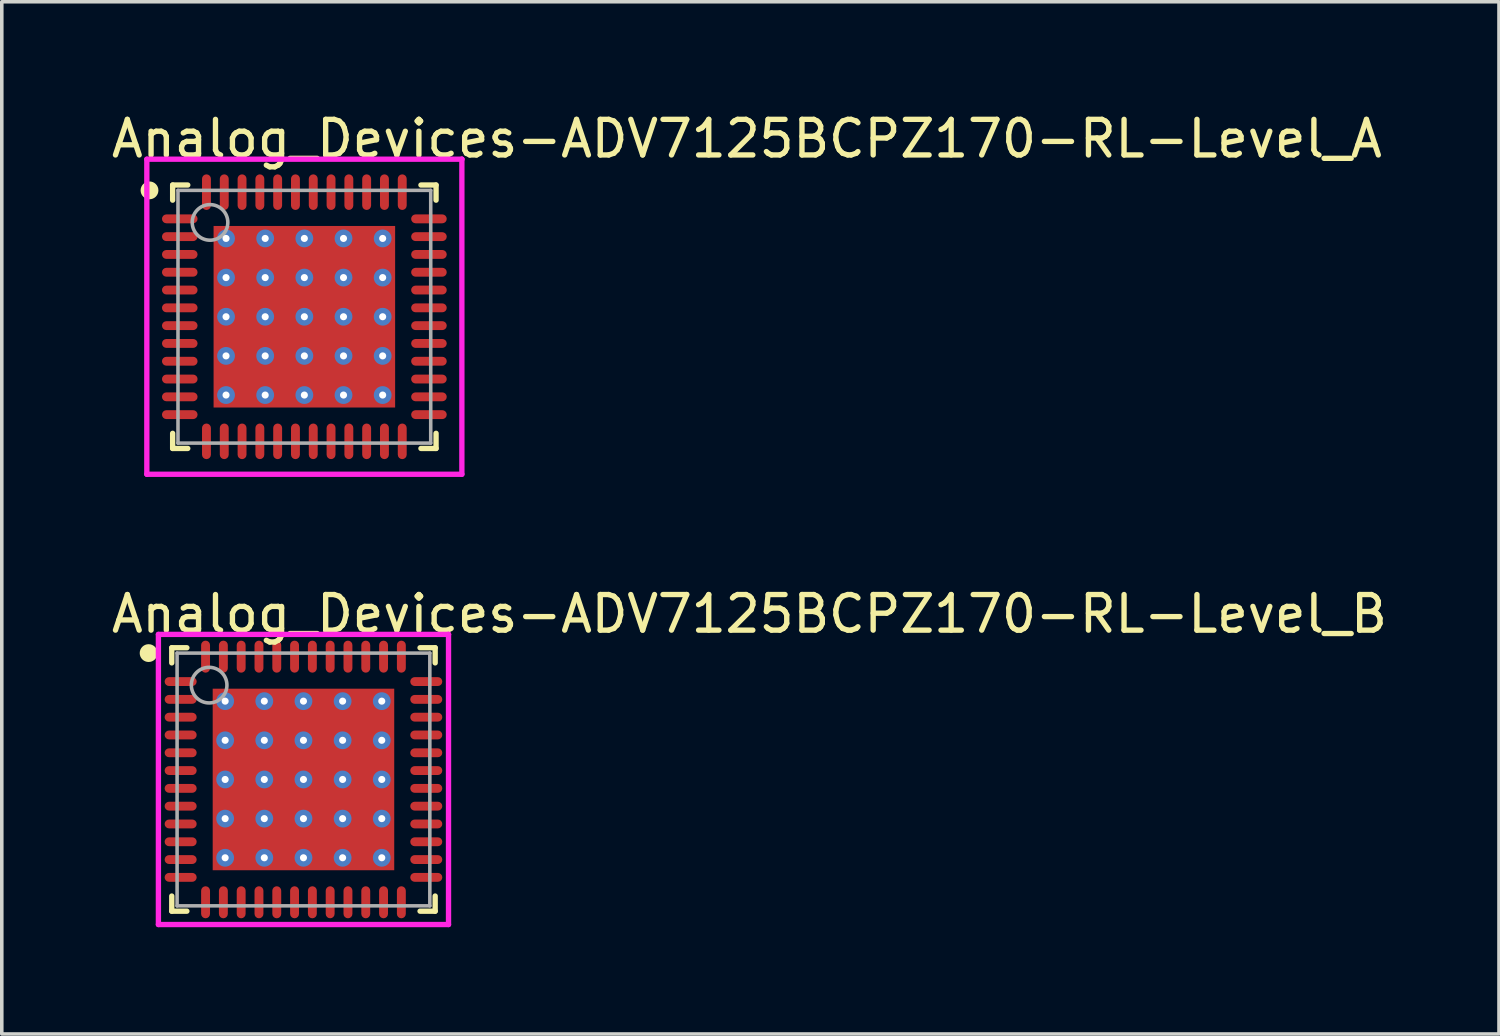
<source format=kicad_pcb>
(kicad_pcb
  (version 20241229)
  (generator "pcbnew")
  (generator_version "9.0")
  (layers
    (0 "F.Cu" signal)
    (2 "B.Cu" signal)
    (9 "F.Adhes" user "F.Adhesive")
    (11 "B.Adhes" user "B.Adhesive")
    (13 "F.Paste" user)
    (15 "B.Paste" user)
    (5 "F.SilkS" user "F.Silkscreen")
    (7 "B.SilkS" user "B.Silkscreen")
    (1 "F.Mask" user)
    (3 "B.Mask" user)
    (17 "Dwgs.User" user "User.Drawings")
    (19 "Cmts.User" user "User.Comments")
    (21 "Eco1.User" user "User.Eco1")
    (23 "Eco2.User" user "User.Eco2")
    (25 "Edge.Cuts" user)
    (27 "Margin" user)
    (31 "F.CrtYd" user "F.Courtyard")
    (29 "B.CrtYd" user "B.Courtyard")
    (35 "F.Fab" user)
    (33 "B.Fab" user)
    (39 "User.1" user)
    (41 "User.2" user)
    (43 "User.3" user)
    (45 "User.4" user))
  (footprint "Analog_Devices-ADV7125BCPZ170-RL-Level_A"
    (layer "F.Cu")
    (at 5.5 5.848)
    (property "Reference" "Analog_Devices-ADV7125BCPZ170-RL-Level_A" (at -5.5 -5 0) (layer "F.SilkS") (effects (font (size 1 1) (thickness 0.15)) (justify left)))
    (attr through_hole)
    (fp_line (start -3.7 -3.7) (end -3.275 -3.7) (stroke (width 0.15) (type solid)) (layer "F.SilkS"))
    (fp_line (start -3.7 -3.275) (end -3.7 -3.7) (stroke (width 0.15) (type solid)) (layer "F.SilkS"))
    (fp_line (start -3.7 3.7) (end -3.7 3.275) (stroke (width 0.15) (type solid)) (layer "F.SilkS"))
    (fp_line (start -3.7 3.7) (end -3.275 3.7) (stroke (width 0.15) (type solid)) (layer "F.SilkS"))
    (fp_line (start 3.275 -3.7) (end 3.7 -3.7) (stroke (width 0.15) (type solid)) (layer "F.SilkS"))
    (fp_line (start 3.275 3.7) (end 3.7 3.7) (stroke (width 0.15) (type solid)) (layer "F.SilkS"))
    (fp_line (start 3.7 -3.275) (end 3.7 -3.7) (stroke (width 0.15) (type solid)) (layer "F.SilkS"))
    (fp_line (start 3.7 3.7) (end 3.7 3.275) (stroke (width 0.15) (type solid)) (layer "F.SilkS"))
    (fp_circle (center -4.35 -3.55) (end -4.225 -3.55) (stroke (width 0.25) (type solid)) (fill no) (layer "F.SilkS"))
    (fp_line (start -4.425 -4.425) (end -4.425 4.425) (stroke (width 0.15) (type solid)) (layer "F.CrtYd"))
    (fp_line (start -4.425 4.425) (end 4.425 4.425) (stroke (width 0.15) (type solid)) (layer "F.CrtYd"))
    (fp_line (start 4.425 -4.425) (end -4.425 -4.425) (stroke (width 0.15) (type solid)) (layer "F.CrtYd"))
    (fp_line (start 4.425 -4.425) (end 4.425 -4.425) (stroke (width 0.15) (type solid)) (layer "F.CrtYd"))
    (fp_line (start 4.425 4.425) (end 4.425 -4.425) (stroke (width 0.15) (type solid)) (layer "F.CrtYd"))
    (fp_line (start -3.55 -3.55) (end 3.55 -3.55) (stroke (width 0.1) (type solid)) (layer "F.Fab"))
    (fp_line (start -3.55 3.55) (end -3.55 -3.55) (stroke (width 0.1) (type solid)) (layer "F.Fab"))
    (fp_line (start -3.55 3.55) (end 3.55 3.55) (stroke (width 0.1) (type solid)) (layer "F.Fab"))
    (fp_line (start 3.55 3.55) (end 3.55 -3.55) (stroke (width 0.1) (type solid)) (layer "F.Fab"))
    (fp_circle (center -2.65 -2.65) (end -2.15 -2.65) (stroke (width 0.1) (type solid)) (fill no) (layer "F.Fab"))
    (pad "1" smd roundrect (at -3.5 -2.75 270) (size 0.25 1) (layers "F.Cu" "F.Mask" "F.Paste") (roundrect_rratio 0.5))
    (pad "2" smd roundrect (at -3.5 -2.25 270) (size 0.25 1) (layers "F.Cu" "F.Mask" "F.Paste") (roundrect_rratio 0.5))
    (pad "3" smd roundrect (at -3.5 -1.75 270) (size 0.25 1) (layers "F.Cu" "F.Mask" "F.Paste") (roundrect_rratio 0.5))
    (pad "4" smd roundrect (at -3.5 -1.25 270) (size 0.25 1) (layers "F.Cu" "F.Mask" "F.Paste") (roundrect_rratio 0.5))
    (pad "5" smd roundrect (at -3.5 -0.75 270) (size 0.25 1) (layers "F.Cu" "F.Mask" "F.Paste") (roundrect_rratio 0.5))
    (pad "6" smd roundrect (at -3.5 -0.25 270) (size 0.25 1) (layers "F.Cu" "F.Mask" "F.Paste") (roundrect_rratio 0.5))
    (pad "7" smd roundrect (at -3.5 0.25 270) (size 0.25 1) (layers "F.Cu" "F.Mask" "F.Paste") (roundrect_rratio 0.5))
    (pad "8" smd roundrect (at -3.5 0.75 270) (size 0.25 1) (layers "F.Cu" "F.Mask" "F.Paste") (roundrect_rratio 0.5))
    (pad "9" smd roundrect (at -3.5 1.25 270) (size 0.25 1) (layers "F.Cu" "F.Mask" "F.Paste") (roundrect_rratio 0.5))
    (pad "10" smd roundrect (at -3.5 1.75 270) (size 0.25 1) (layers "F.Cu" "F.Mask" "F.Paste") (roundrect_rratio 0.5))
    (pad "11" smd roundrect (at -3.5 2.25 270) (size 0.25 1) (layers "F.Cu" "F.Mask" "F.Paste") (roundrect_rratio 0.5))
    (pad "12" smd roundrect (at -3.5 2.75 270) (size 0.25 1) (layers "F.Cu" "F.Mask" "F.Paste") (roundrect_rratio 0.5))
    (pad "13" smd roundrect (at -2.75 3.5) (size 0.25 1) (layers "F.Cu" "F.Mask" "F.Paste") (roundrect_rratio 0.5))
    (pad "14" smd roundrect (at -2.25 3.5) (size 0.25 1) (layers "F.Cu" "F.Mask" "F.Paste") (roundrect_rratio 0.5))
    (pad "15" smd roundrect (at -1.75 3.5) (size 0.25 1) (layers "F.Cu" "F.Mask" "F.Paste") (roundrect_rratio 0.5))
    (pad "16" smd roundrect (at -1.25 3.5) (size 0.25 1) (layers "F.Cu" "F.Mask" "F.Paste") (roundrect_rratio 0.5))
    (pad "17" smd roundrect (at -0.75 3.5) (size 0.25 1) (layers "F.Cu" "F.Mask" "F.Paste") (roundrect_rratio 0.5))
    (pad "18" smd roundrect (at -0.25 3.5) (size 0.25 1) (layers "F.Cu" "F.Mask" "F.Paste") (roundrect_rratio 0.5))
    (pad "19" smd roundrect (at 0.25 3.5) (size 0.25 1) (layers "F.Cu" "F.Mask" "F.Paste") (roundrect_rratio 0.5))
    (pad "20" smd roundrect (at 0.75 3.5) (size 0.25 1) (layers "F.Cu" "F.Mask" "F.Paste") (roundrect_rratio 0.5))
    (pad "21" smd roundrect (at 1.25 3.5) (size 0.25 1) (layers "F.Cu" "F.Mask" "F.Paste") (roundrect_rratio 0.5))
    (pad "22" smd roundrect (at 1.75 3.5) (size 0.25 1) (layers "F.Cu" "F.Mask" "F.Paste") (roundrect_rratio 0.5))
    (pad "23" smd roundrect (at 2.25 3.5) (size 0.25 1) (layers "F.Cu" "F.Mask" "F.Paste") (roundrect_rratio 0.5))
    (pad "24" smd roundrect (at 2.75 3.5) (size 0.25 1) (layers "F.Cu" "F.Mask" "F.Paste") (roundrect_rratio 0.5))
    (pad "25" smd roundrect (at 3.5 2.75 270) (size 0.25 1) (layers "F.Cu" "F.Mask" "F.Paste") (roundrect_rratio 0.5))
    (pad "26" smd roundrect (at 3.5 2.25 270) (size 0.25 1) (layers "F.Cu" "F.Mask" "F.Paste") (roundrect_rratio 0.5))
    (pad "27" smd roundrect (at 3.5 1.75 270) (size 0.25 1) (layers "F.Cu" "F.Mask" "F.Paste") (roundrect_rratio 0.5))
    (pad "28" smd roundrect (at 3.5 1.25 270) (size 0.25 1) (layers "F.Cu" "F.Mask" "F.Paste") (roundrect_rratio 0.5))
    (pad "29" smd roundrect (at 3.5 0.75 270) (size 0.25 1) (layers "F.Cu" "F.Mask" "F.Paste") (roundrect_rratio 0.5))
    (pad "30" smd roundrect (at 3.5 0.25 270) (size 0.25 1) (layers "F.Cu" "F.Mask" "F.Paste") (roundrect_rratio 0.5))
    (pad "31" smd roundrect (at 3.5 -0.25 270) (size 0.25 1) (layers "F.Cu" "F.Mask" "F.Paste") (roundrect_rratio 0.5))
    (pad "32" smd roundrect (at 3.5 -0.75 270) (size 0.25 1) (layers "F.Cu" "F.Mask" "F.Paste") (roundrect_rratio 0.5))
    (pad "33" smd roundrect (at 3.5 -1.25 270) (size 0.25 1) (layers "F.Cu" "F.Mask" "F.Paste") (roundrect_rratio 0.5))
    (pad "34" smd roundrect (at 3.5 -1.75 270) (size 0.25 1) (layers "F.Cu" "F.Mask" "F.Paste") (roundrect_rratio 0.5))
    (pad "35" smd roundrect (at 3.5 -2.25 270) (size 0.25 1) (layers "F.Cu" "F.Mask" "F.Paste") (roundrect_rratio 0.5))
    (pad "36" smd roundrect (at 3.5 -2.75 270) (size 0.25 1) (layers "F.Cu" "F.Mask" "F.Paste") (roundrect_rratio 0.5))
    (pad "37" smd roundrect (at 2.75 -3.5) (size 0.25 1) (layers "F.Cu" "F.Mask" "F.Paste") (roundrect_rratio 0.5))
    (pad "38" smd roundrect (at 2.25 -3.5) (size 0.25 1) (layers "F.Cu" "F.Mask" "F.Paste") (roundrect_rratio 0.5))
    (pad "39" smd roundrect (at 1.75 -3.5) (size 0.25 1) (layers "F.Cu" "F.Mask" "F.Paste") (roundrect_rratio 0.5))
    (pad "40" smd roundrect (at 1.25 -3.5) (size 0.25 1) (layers "F.Cu" "F.Mask" "F.Paste") (roundrect_rratio 0.5))
    (pad "41" smd roundrect (at 0.75 -3.5) (size 0.25 1) (layers "F.Cu" "F.Mask" "F.Paste") (roundrect_rratio 0.5))
    (pad "42" smd roundrect (at 0.25 -3.5) (size 0.25 1) (layers "F.Cu" "F.Mask" "F.Paste") (roundrect_rratio 0.5))
    (pad "43" smd roundrect (at -0.25 -3.5) (size 0.25 1) (layers "F.Cu" "F.Mask" "F.Paste") (roundrect_rratio 0.5))
    (pad "44" smd roundrect (at -0.75 -3.5) (size 0.25 1) (layers "F.Cu" "F.Mask" "F.Paste") (roundrect_rratio 0.5))
    (pad "45" smd roundrect (at -1.25 -3.5) (size 0.25 1) (layers "F.Cu" "F.Mask" "F.Paste") (roundrect_rratio 0.5))
    (pad "46" smd roundrect (at -1.75 -3.5) (size 0.25 1) (layers "F.Cu" "F.Mask" "F.Paste") (roundrect_rratio 0.5))
    (pad "47" smd roundrect (at -2.25 -3.5) (size 0.25 1) (layers "F.Cu" "F.Mask" "F.Paste") (roundrect_rratio 0.5))
    (pad "48" smd roundrect (at -2.75 -3.5) (size 0.25 1) (layers "F.Cu" "F.Mask" "F.Paste") (roundrect_rratio 0.5))
    (pad "49" smd rect (at 0 0) (size 5.1 5.1) (layers "F.Cu" "F.Mask" "F.Paste"))
    (pad "~" thru_hole circle (at -2.2 -2.2) (size 0.5 0.5) (drill 0.2) (layers "*.Cu"))
    (pad "~" thru_hole circle (at -2.2 -1.1) (size 0.5 0.5) (drill 0.2) (layers "*.Cu"))
    (pad "~" thru_hole circle (at -2.2 0) (size 0.5 0.5) (drill 0.2) (layers "*.Cu"))
    (pad "~" thru_hole circle (at -2.2 1.1) (size 0.5 0.5) (drill 0.2) (layers "*.Cu"))
    (pad "~" thru_hole circle (at -2.2 2.2) (size 0.5 0.5) (drill 0.2) (layers "*.Cu"))
    (pad "~" thru_hole circle (at -1.1 -2.2) (size 0.5 0.5) (drill 0.2) (layers "*.Cu"))
    (pad "~" thru_hole circle (at -1.1 -1.1) (size 0.5 0.5) (drill 0.2) (layers "*.Cu"))
    (pad "~" thru_hole circle (at -1.1 0) (size 0.5 0.5) (drill 0.2) (layers "*.Cu"))
    (pad "~" thru_hole circle (at -1.1 1.1) (size 0.5 0.5) (drill 0.2) (layers "*.Cu"))
    (pad "~" thru_hole circle (at -1.1 2.2) (size 0.5 0.5) (drill 0.2) (layers "*.Cu"))
    (pad "~" thru_hole circle (at 0 -2.2) (size 0.5 0.5) (drill 0.2) (layers "*.Cu"))
    (pad "~" thru_hole circle (at 0 -1.1) (size 0.5 0.5) (drill 0.2) (layers "*.Cu"))
    (pad "~" thru_hole circle (at 0 0) (size 0.5 0.5) (drill 0.2) (layers "*.Cu"))
    (pad "~" thru_hole circle (at 0 1.1) (size 0.5 0.5) (drill 0.2) (layers "*.Cu"))
    (pad "~" thru_hole circle (at 0 2.2) (size 0.5 0.5) (drill 0.2) (layers "*.Cu"))
    (pad "~" thru_hole circle (at 1.1 -2.2) (size 0.5 0.5) (drill 0.2) (layers "*.Cu"))
    (pad "~" thru_hole circle (at 1.1 -1.1) (size 0.5 0.5) (drill 0.2) (layers "*.Cu"))
    (pad "~" thru_hole circle (at 1.1 0) (size 0.5 0.5) (drill 0.2) (layers "*.Cu"))
    (pad "~" thru_hole circle (at 1.1 1.1) (size 0.5 0.5) (drill 0.2) (layers "*.Cu"))
    (pad "~" thru_hole circle (at 1.1 2.2) (size 0.5 0.5) (drill 0.2) (layers "*.Cu"))
    (pad "~" thru_hole circle (at 2.2 -2.2) (size 0.5 0.5) (drill 0.2) (layers "*.Cu"))
    (pad "~" thru_hole circle (at 2.2 -1.1) (size 0.5 0.5) (drill 0.2) (layers "*.Cu"))
    (pad "~" thru_hole circle (at 2.2 0) (size 0.5 0.5) (drill 0.2) (layers "*.Cu"))
    (pad "~" thru_hole circle (at 2.2 1.1) (size 0.5 0.5) (drill 0.2) (layers "*.Cu"))
    (pad "~" thru_hole circle (at 2.2 2.2) (size 0.5 0.5) (drill 0.2) (layers "*.Cu")))
  (footprint "Analog_Devices-ADV7125BCPZ170-RL-Level_B"
    (layer "F.Cu")
    (at 5.475 18.847)
    (property "Reference" "Analog_Devices-ADV7125BCPZ170-RL-Level_B" (at -5.475 -4.65 0) (layer "F.SilkS") (effects (font (size 1 1) (thickness 0.15)) (justify left)))
    (attr through_hole)
    (fp_line (start -3.7 -3.7) (end -3.275 -3.7) (stroke (width 0.15) (type solid)) (layer "F.SilkS"))
    (fp_line (start -3.7 -3.275) (end -3.7 -3.7) (stroke (width 0.15) (type solid)) (layer "F.SilkS"))
    (fp_line (start -3.7 3.7) (end -3.7 3.275) (stroke (width 0.15) (type solid)) (layer "F.SilkS"))
    (fp_line (start -3.7 3.7) (end -3.275 3.7) (stroke (width 0.15) (type solid)) (layer "F.SilkS"))
    (fp_line (start 3.275 -3.7) (end 3.7 -3.7) (stroke (width 0.15) (type solid)) (layer "F.SilkS"))
    (fp_line (start 3.275 3.7) (end 3.7 3.7) (stroke (width 0.15) (type solid)) (layer "F.SilkS"))
    (fp_line (start 3.7 -3.275) (end 3.7 -3.7) (stroke (width 0.15) (type solid)) (layer "F.SilkS"))
    (fp_line (start 3.7 3.7) (end 3.7 3.275) (stroke (width 0.15) (type solid)) (layer "F.SilkS"))
    (fp_circle (center -4.35 -3.55) (end -4.225 -3.55) (stroke (width 0.25) (type solid)) (fill no) (layer "F.SilkS"))
    (fp_line (start -4.075 -4.075) (end -4.075 4.075) (stroke (width 0.15) (type solid)) (layer "F.CrtYd"))
    (fp_line (start -4.075 4.075) (end 4.075 4.075) (stroke (width 0.15) (type solid)) (layer "F.CrtYd"))
    (fp_line (start 4.075 -4.075) (end -4.075 -4.075) (stroke (width 0.15) (type solid)) (layer "F.CrtYd"))
    (fp_line (start 4.075 -4.075) (end 4.075 -4.075) (stroke (width 0.15) (type solid)) (layer "F.CrtYd"))
    (fp_line (start 4.075 4.075) (end 4.075 -4.075) (stroke (width 0.15) (type solid)) (layer "F.CrtYd"))
    (fp_line (start -3.55 -3.55) (end 3.55 -3.55) (stroke (width 0.1) (type solid)) (layer "F.Fab"))
    (fp_line (start -3.55 3.55) (end -3.55 -3.55) (stroke (width 0.1) (type solid)) (layer "F.Fab"))
    (fp_line (start -3.55 3.55) (end 3.55 3.55) (stroke (width 0.1) (type solid)) (layer "F.Fab"))
    (fp_line (start 3.55 3.55) (end 3.55 -3.55) (stroke (width 0.1) (type solid)) (layer "F.Fab"))
    (fp_circle (center -2.65 -2.65) (end -2.15 -2.65) (stroke (width 0.1) (type solid)) (fill no) (layer "F.Fab"))
    (pad "1" smd roundrect (at -3.45 -2.75 270) (size 0.25 0.9) (layers "F.Cu" "F.Mask" "F.Paste") (roundrect_rratio 0.5))
    (pad "2" smd roundrect (at -3.45 -2.25 270) (size 0.25 0.9) (layers "F.Cu" "F.Mask" "F.Paste") (roundrect_rratio 0.5))
    (pad "3" smd roundrect (at -3.45 -1.75 270) (size 0.25 0.9) (layers "F.Cu" "F.Mask" "F.Paste") (roundrect_rratio 0.5))
    (pad "4" smd roundrect (at -3.45 -1.25 270) (size 0.25 0.9) (layers "F.Cu" "F.Mask" "F.Paste") (roundrect_rratio 0.5))
    (pad "5" smd roundrect (at -3.45 -0.75 270) (size 0.25 0.9) (layers "F.Cu" "F.Mask" "F.Paste") (roundrect_rratio 0.5))
    (pad "6" smd roundrect (at -3.45 -0.25 270) (size 0.25 0.9) (layers "F.Cu" "F.Mask" "F.Paste") (roundrect_rratio 0.5))
    (pad "7" smd roundrect (at -3.45 0.25 270) (size 0.25 0.9) (layers "F.Cu" "F.Mask" "F.Paste") (roundrect_rratio 0.5))
    (pad "8" smd roundrect (at -3.45 0.75 270) (size 0.25 0.9) (layers "F.Cu" "F.Mask" "F.Paste") (roundrect_rratio 0.5))
    (pad "9" smd roundrect (at -3.45 1.25 270) (size 0.25 0.9) (layers "F.Cu" "F.Mask" "F.Paste") (roundrect_rratio 0.5))
    (pad "10" smd roundrect (at -3.45 1.75 270) (size 0.25 0.9) (layers "F.Cu" "F.Mask" "F.Paste") (roundrect_rratio 0.5))
    (pad "11" smd roundrect (at -3.45 2.25 270) (size 0.25 0.9) (layers "F.Cu" "F.Mask" "F.Paste") (roundrect_rratio 0.5))
    (pad "12" smd roundrect (at -3.45 2.75 270) (size 0.25 0.9) (layers "F.Cu" "F.Mask" "F.Paste") (roundrect_rratio 0.5))
    (pad "13" smd roundrect (at -2.75 3.45) (size 0.25 0.9) (layers "F.Cu" "F.Mask" "F.Paste") (roundrect_rratio 0.5))
    (pad "14" smd roundrect (at -2.25 3.45) (size 0.25 0.9) (layers "F.Cu" "F.Mask" "F.Paste") (roundrect_rratio 0.5))
    (pad "15" smd roundrect (at -1.75 3.45) (size 0.25 0.9) (layers "F.Cu" "F.Mask" "F.Paste") (roundrect_rratio 0.5))
    (pad "16" smd roundrect (at -1.25 3.45) (size 0.25 0.9) (layers "F.Cu" "F.Mask" "F.Paste") (roundrect_rratio 0.5))
    (pad "17" smd roundrect (at -0.75 3.45) (size 0.25 0.9) (layers "F.Cu" "F.Mask" "F.Paste") (roundrect_rratio 0.5))
    (pad "18" smd roundrect (at -0.25 3.45) (size 0.25 0.9) (layers "F.Cu" "F.Mask" "F.Paste") (roundrect_rratio 0.5))
    (pad "19" smd roundrect (at 0.25 3.45) (size 0.25 0.9) (layers "F.Cu" "F.Mask" "F.Paste") (roundrect_rratio 0.5))
    (pad "20" smd roundrect (at 0.75 3.45) (size 0.25 0.9) (layers "F.Cu" "F.Mask" "F.Paste") (roundrect_rratio 0.5))
    (pad "21" smd roundrect (at 1.25 3.45) (size 0.25 0.9) (layers "F.Cu" "F.Mask" "F.Paste") (roundrect_rratio 0.5))
    (pad "22" smd roundrect (at 1.75 3.45) (size 0.25 0.9) (layers "F.Cu" "F.Mask" "F.Paste") (roundrect_rratio 0.5))
    (pad "23" smd roundrect (at 2.25 3.45) (size 0.25 0.9) (layers "F.Cu" "F.Mask" "F.Paste") (roundrect_rratio 0.5))
    (pad "24" smd roundrect (at 2.75 3.45) (size 0.25 0.9) (layers "F.Cu" "F.Mask" "F.Paste") (roundrect_rratio 0.5))
    (pad "25" smd roundrect (at 3.45 2.75 270) (size 0.25 0.9) (layers "F.Cu" "F.Mask" "F.Paste") (roundrect_rratio 0.5))
    (pad "26" smd roundrect (at 3.45 2.25 270) (size 0.25 0.9) (layers "F.Cu" "F.Mask" "F.Paste") (roundrect_rratio 0.5))
    (pad "27" smd roundrect (at 3.45 1.75 270) (size 0.25 0.9) (layers "F.Cu" "F.Mask" "F.Paste") (roundrect_rratio 0.5))
    (pad "28" smd roundrect (at 3.45 1.25 270) (size 0.25 0.9) (layers "F.Cu" "F.Mask" "F.Paste") (roundrect_rratio 0.5))
    (pad "29" smd roundrect (at 3.45 0.75 270) (size 0.25 0.9) (layers "F.Cu" "F.Mask" "F.Paste") (roundrect_rratio 0.5))
    (pad "30" smd roundrect (at 3.45 0.25 270) (size 0.25 0.9) (layers "F.Cu" "F.Mask" "F.Paste") (roundrect_rratio 0.5))
    (pad "31" smd roundrect (at 3.45 -0.25 270) (size 0.25 0.9) (layers "F.Cu" "F.Mask" "F.Paste") (roundrect_rratio 0.5))
    (pad "32" smd roundrect (at 3.45 -0.75 270) (size 0.25 0.9) (layers "F.Cu" "F.Mask" "F.Paste") (roundrect_rratio 0.5))
    (pad "33" smd roundrect (at 3.45 -1.25 270) (size 0.25 0.9) (layers "F.Cu" "F.Mask" "F.Paste") (roundrect_rratio 0.5))
    (pad "34" smd roundrect (at 3.45 -1.75 270) (size 0.25 0.9) (layers "F.Cu" "F.Mask" "F.Paste") (roundrect_rratio 0.5))
    (pad "35" smd roundrect (at 3.45 -2.25 270) (size 0.25 0.9) (layers "F.Cu" "F.Mask" "F.Paste") (roundrect_rratio 0.5))
    (pad "36" smd roundrect (at 3.45 -2.75 270) (size 0.25 0.9) (layers "F.Cu" "F.Mask" "F.Paste") (roundrect_rratio 0.5))
    (pad "37" smd roundrect (at 2.75 -3.45) (size 0.25 0.9) (layers "F.Cu" "F.Mask" "F.Paste") (roundrect_rratio 0.5))
    (pad "38" smd roundrect (at 2.25 -3.45) (size 0.25 0.9) (layers "F.Cu" "F.Mask" "F.Paste") (roundrect_rratio 0.5))
    (pad "39" smd roundrect (at 1.75 -3.45) (size 0.25 0.9) (layers "F.Cu" "F.Mask" "F.Paste") (roundrect_rratio 0.5))
    (pad "40" smd roundrect (at 1.25 -3.45) (size 0.25 0.9) (layers "F.Cu" "F.Mask" "F.Paste") (roundrect_rratio 0.5))
    (pad "41" smd roundrect (at 0.75 -3.45) (size 0.25 0.9) (layers "F.Cu" "F.Mask" "F.Paste") (roundrect_rratio 0.5))
    (pad "42" smd roundrect (at 0.25 -3.45) (size 0.25 0.9) (layers "F.Cu" "F.Mask" "F.Paste") (roundrect_rratio 0.5))
    (pad "43" smd roundrect (at -0.25 -3.45) (size 0.25 0.9) (layers "F.Cu" "F.Mask" "F.Paste") (roundrect_rratio 0.5))
    (pad "44" smd roundrect (at -0.75 -3.45) (size 0.25 0.9) (layers "F.Cu" "F.Mask" "F.Paste") (roundrect_rratio 0.5))
    (pad "45" smd roundrect (at -1.25 -3.45) (size 0.25 0.9) (layers "F.Cu" "F.Mask" "F.Paste") (roundrect_rratio 0.5))
    (pad "46" smd roundrect (at -1.75 -3.45) (size 0.25 0.9) (layers "F.Cu" "F.Mask" "F.Paste") (roundrect_rratio 0.5))
    (pad "47" smd roundrect (at -2.25 -3.45) (size 0.25 0.9) (layers "F.Cu" "F.Mask" "F.Paste") (roundrect_rratio 0.5))
    (pad "48" smd roundrect (at -2.75 -3.45) (size 0.25 0.9) (layers "F.Cu" "F.Mask" "F.Paste") (roundrect_rratio 0.5))
    (pad "49" smd rect (at 0.000003 0) (size 5.1 5.1) (layers "F.Cu" "F.Mask" "F.Paste"))
    (pad "~" thru_hole circle (at -2.2 -2.2) (size 0.5 0.5) (drill 0.2) (layers "*.Cu"))
    (pad "~" thru_hole circle (at -2.2 -1.1) (size 0.5 0.5) (drill 0.2) (layers "*.Cu"))
    (pad "~" thru_hole circle (at -2.2 0) (size 0.5 0.5) (drill 0.2) (layers "*.Cu"))
    (pad "~" thru_hole circle (at -2.2 1.1) (size 0.5 0.5) (drill 0.2) (layers "*.Cu"))
    (pad "~" thru_hole circle (at -2.2 2.2) (size 0.5 0.5) (drill 0.2) (layers "*.Cu"))
    (pad "~" thru_hole circle (at -1.1 -2.2) (size 0.5 0.5) (drill 0.2) (layers "*.Cu"))
    (pad "~" thru_hole circle (at -1.1 -1.1) (size 0.5 0.5) (drill 0.2) (layers "*.Cu"))
    (pad "~" thru_hole circle (at -1.1 0) (size 0.5 0.5) (drill 0.2) (layers "*.Cu"))
    (pad "~" thru_hole circle (at -1.1 1.1) (size 0.5 0.5) (drill 0.2) (layers "*.Cu"))
    (pad "~" thru_hole circle (at -1.1 2.2) (size 0.5 0.5) (drill 0.2) (layers "*.Cu"))
    (pad "~" thru_hole circle (at 0.000003 -2.2) (size 0.5 0.5) (drill 0.2) (layers "*.Cu"))
    (pad "~" thru_hole circle (at 0.000003 -1.1) (size 0.5 0.5) (drill 0.2) (layers "*.Cu"))
    (pad "~" thru_hole circle (at 0.000003 0) (size 0.5 0.5) (drill 0.2) (layers "*.Cu"))
    (pad "~" thru_hole circle (at 0.000003 1.1) (size 0.5 0.5) (drill 0.2) (layers "*.Cu"))
    (pad "~" thru_hole circle (at 0.000003 2.2) (size 0.5 0.5) (drill 0.2) (layers "*.Cu"))
    (pad "~" thru_hole circle (at 1.1 -2.2) (size 0.5 0.5) (drill 0.2) (layers "*.Cu"))
    (pad "~" thru_hole circle (at 1.1 -1.1) (size 0.5 0.5) (drill 0.2) (layers "*.Cu"))
    (pad "~" thru_hole circle (at 1.1 0) (size 0.5 0.5) (drill 0.2) (layers "*.Cu"))
    (pad "~" thru_hole circle (at 1.1 1.1) (size 0.5 0.5) (drill 0.2) (layers "*.Cu"))
    (pad "~" thru_hole circle (at 1.1 2.2) (size 0.5 0.5) (drill 0.2) (layers "*.Cu"))
    (pad "~" thru_hole circle (at 2.2 -2.2) (size 0.5 0.5) (drill 0.2) (layers "*.Cu"))
    (pad "~" thru_hole circle (at 2.2 -1.1) (size 0.5 0.5) (drill 0.2) (layers "*.Cu"))
    (pad "~" thru_hole circle (at 2.2 0) (size 0.5 0.5) (drill 0.2) (layers "*.Cu"))
    (pad "~" thru_hole circle (at 2.2 1.1) (size 0.5 0.5) (drill 0.2) (layers "*.Cu"))
    (pad "~" thru_hole circle (at 2.2 2.2) (size 0.5 0.5) (drill 0.2) (layers "*.Cu")))
  (gr_rect
    (start -3 -3)
    (end 39.06 25.997)
    (stroke (width 0.1) (type default))
    (fill no)
    (layer "Edge.Cuts")))
</source>
